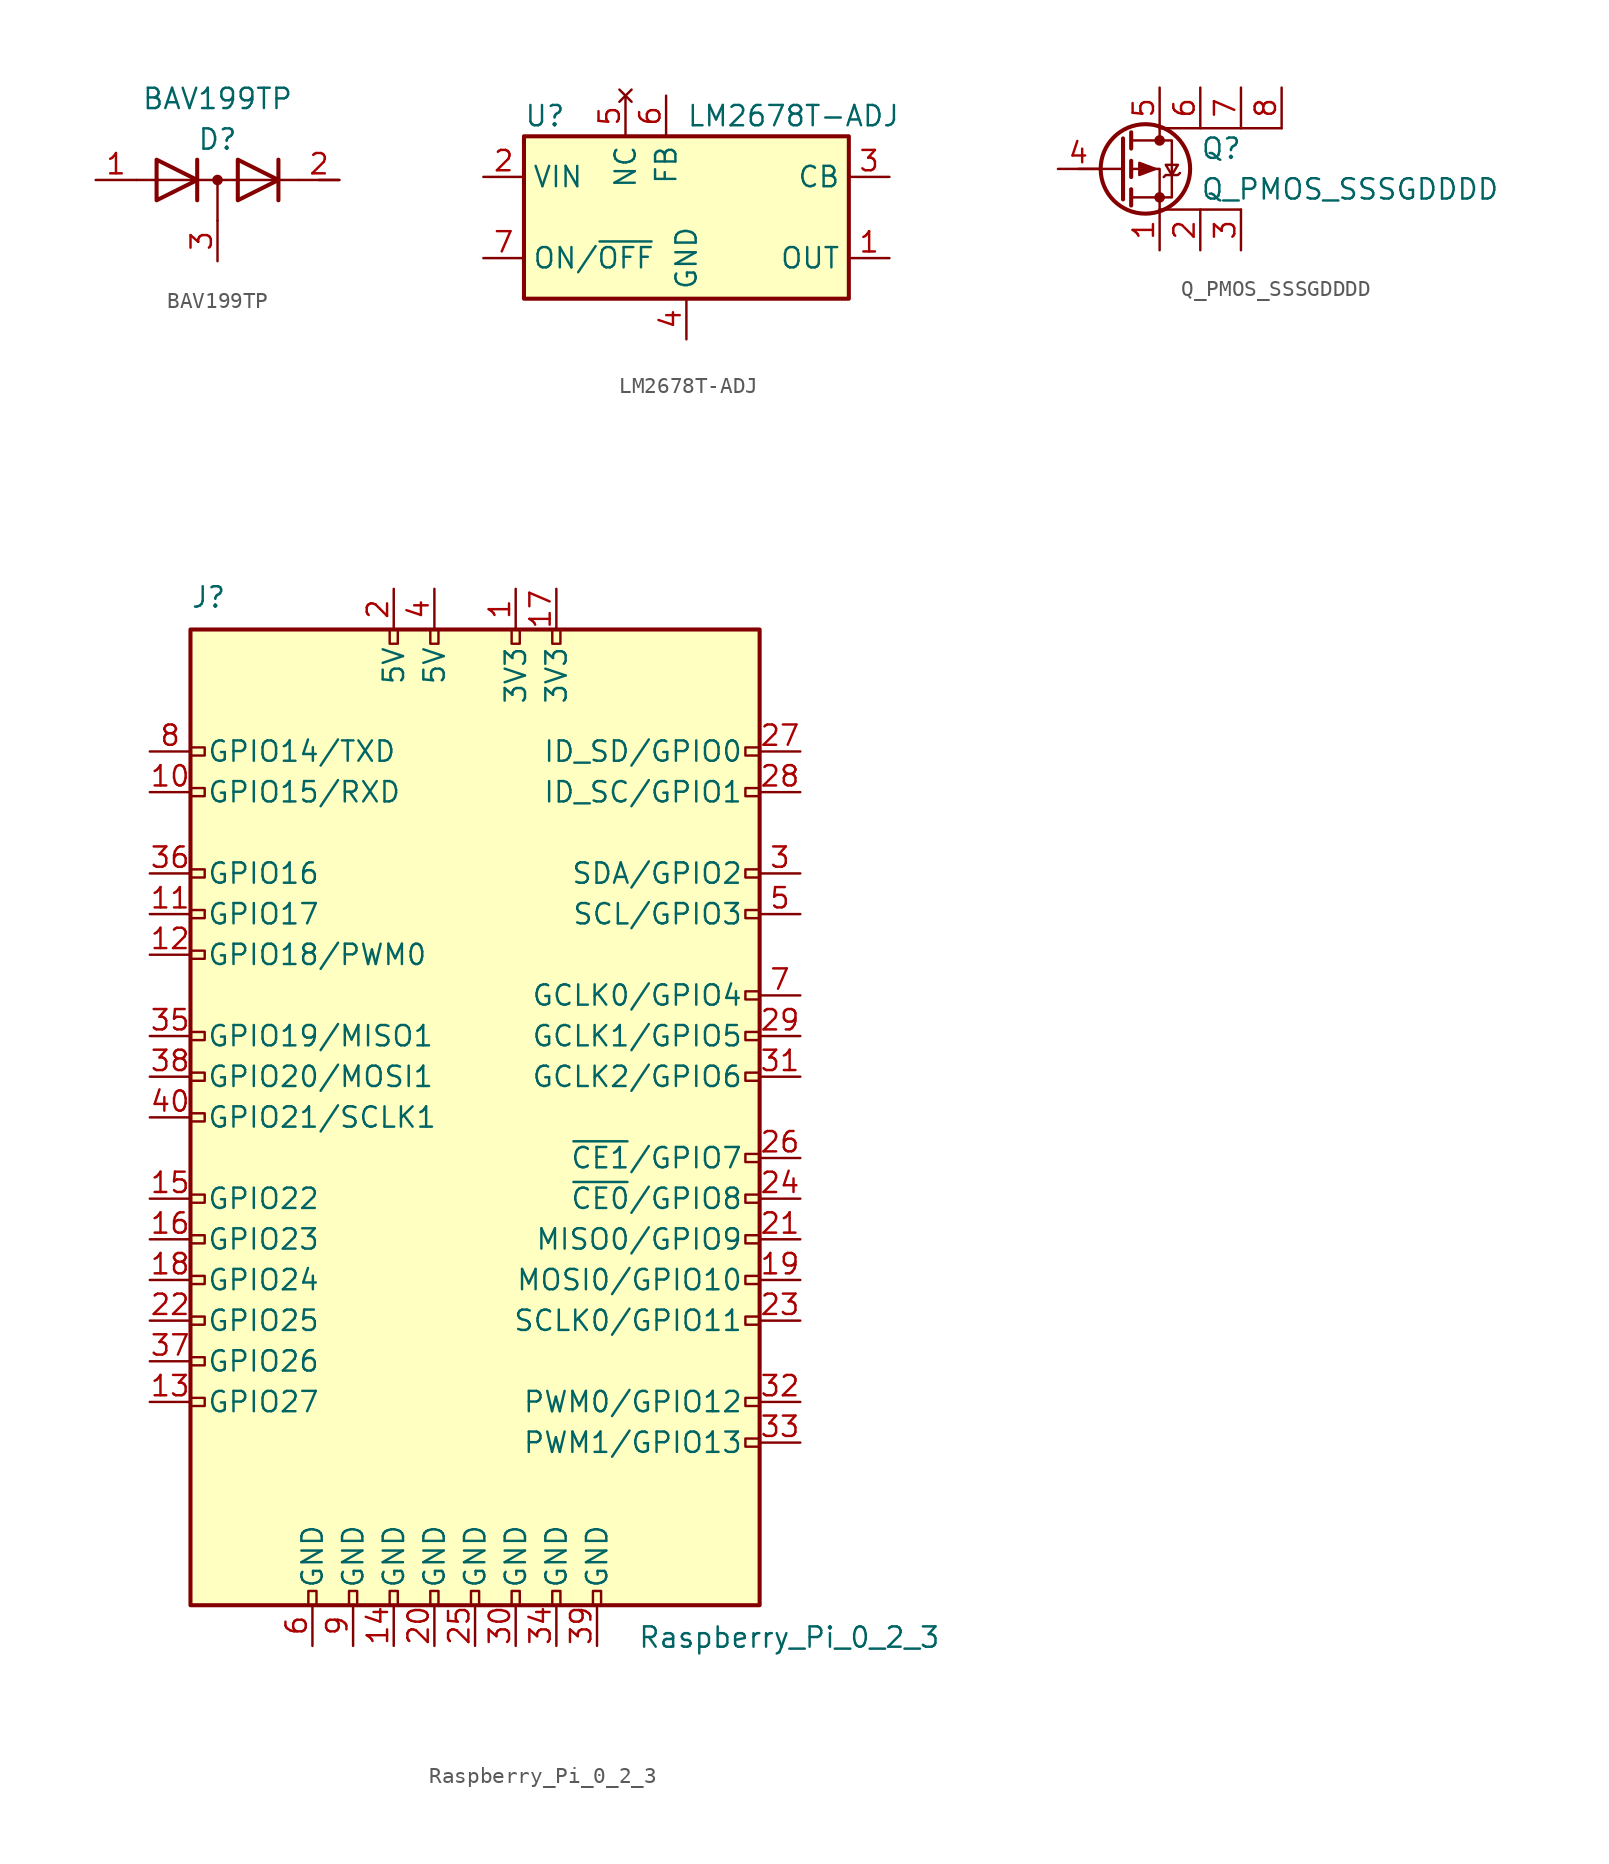
<source format=kicad_sym>
(kicad_symbol_lib
  (version 20220914)
  (generator kicad_symbol_editor)
  (symbol "BAV199TP"
    (pin_names
      (offset 0.025) hide)
    (property "Reference" "D"
      (at 0 2.54 0)
      (effects (font (size 1.27 1.27))))
    (property "Value" "BAV199TP"
      (at 0 5.08 0)
      (effects (font (size 1.27 1.27))))
    (symbol "BAV199TP_0_1"
      (polyline (pts (xy -5.08 0) (xy 5.08 0)) (stroke (width 0) (type solid)) (fill (type none)))
      (polyline (pts (xy 0 0) (xy 0 -2.54)) (stroke (width 0) (type solid)) (fill (type none)))
      (polyline (pts (xy -1.27 -1.27) (xy -1.27 1.27) (xy -1.27 1.27)) (stroke (width 0.254) (type solid)) (fill (type none)))
      (polyline (pts (xy 3.81 1.27) (xy 3.81 -1.27) (xy 3.81 -1.27)) (stroke (width 0.254) (type solid)) (fill (type none)))
      (polyline (pts (xy -3.81 1.27) (xy -1.27 0) (xy -3.81 -1.27) (xy -3.81 1.27) (xy -3.81 1.27) (xy -3.81 1.27)) (stroke (width 0.254) (type solid)) (fill (type none)))
      (polyline (pts (xy 1.27 1.27) (xy 3.81 0) (xy 1.27 -1.27) (xy 1.27 1.27) (xy 1.27 1.27) (xy 1.27 1.27)) (stroke (width 0.254) (type solid)) (fill (type none)))
      (circle (center 0 0) (radius 0.254) (stroke (width 0) (type solid)) (fill (type outline))))
    (symbol "BAV199TP_1_1"
      (polyline (pts (xy 6.35 0) (xy 7.62 0)) (stroke (width 0) (type solid)) (fill (type none)))
      (pin passive line (at -7.62 0 0) (length 2.54) (name "A1" (effects (font (size 1.27 1.27)))) (number "1" (effects (font (size 1.27 1.27)))))
      (pin passive line (at 7.62 0 180) (length 2.54) (name "K2" (effects (font (size 1.27 1.27)))) (number "2" (effects (font (size 1.27 1.27)))))
      (pin passive line (at 0 -5.08 90) (length 2.54) (name "K3" (effects (font (size 1.27 1.27)))) (number "3" (effects (font (size 1.27 1.27)))))))
  (symbol "LM2678T-ADJ"
    (property "Reference" "U"
      (at -10.16 6.35 0)
      (effects (font (size 1.27 1.27)) (justify left)))
    (property "Value" "LM2678T-ADJ"
      (at 0 6.35 0)
      (effects (font (size 1.27 1.27)) (justify left)))
    (symbol "LM2678T-ADJ_0_1"
      (rectangle (start -10.16 5.08) (end 10.16 -5.08) (stroke (width 0.254) (type solid)) (fill (type background))))
    (symbol "LM2678T-ADJ_1_1"
      (pin output line (at 12.7 -2.54 180) (length 2.54) (name "OUT" (effects (font (size 1.27 1.27)))) (number "1" (effects (font (size 1.27 1.27)))))
      (pin power_in line (at -12.7 2.54 0) (length 2.54) (name "VIN" (effects (font (size 1.27 1.27)))) (number "2" (effects (font (size 1.27 1.27)))))
      (pin passive line (at 12.7 2.54 180) (length 2.54) (name "CB" (effects (font (size 1.27 1.27)))) (number "3" (effects (font (size 1.27 1.27)))))
      (pin power_in line (at 0 -7.62 90) (length 2.54) (name "GND" (effects (font (size 1.27 1.27)))) (number "4" (effects (font (size 1.27 1.27)))))
      (pin no_connect line (at -3.81 7.62 270) (length 2.54) (name "NC" (effects (font (size 1.27 1.27)))) (number "5" (effects (font (size 1.27 1.27)))))
      (pin input line (at -1.27 7.62 270) (length 2.54) (name "FB" (effects (font (size 1.27 1.27)))) (number "6" (effects (font (size 1.27 1.27)))))
      (pin input line (at -12.7 -2.54 0) (length 2.54) (name "ON/~{OFF}" (effects (font (size 1.27 1.27)))) (number "7" (effects (font (size 1.27 1.27)))))))
  (symbol "Q_PMOS_SSSGDDDD"
    (pin_names
      (offset 0) hide)
    (property "Reference" "Q"
      (at 5.08 1.27 0)
      (effects (font (size 1.27 1.27)) (justify left)))
    (property "Value" "Q_PMOS_SSSGDDDD"
      (at 5.08 -1.27 0)
      (effects (font (size 1.27 1.27)) (justify left)))
    (symbol "Q_PMOS_SSSGDDDD_0_0"
      (pin passive line (at 5.08 -5.08 90) (length 2.54) (name "S" (effects (font (size 1.27 1.27)))) (number "2" (effects (font (size 1.27 1.27))))))
    (symbol "Q_PMOS_SSSGDDDD_0_1"
      (polyline (pts (xy 0.254 0) (xy -2.54 0)) (stroke (width 0) (type solid)) (fill (type none)))
      (polyline (pts (xy 0.254 1.905) (xy 0.254 -1.905)) (stroke (width 0.254) (type solid)) (fill (type none)))
      (polyline (pts (xy 0.762 -1.27) (xy 0.762 -2.286)) (stroke (width 0.254) (type solid)) (fill (type none)))
      (polyline (pts (xy 0.762 0.508) (xy 0.762 -0.508)) (stroke (width 0.254) (type solid)) (fill (type none)))
      (polyline (pts (xy 0.762 2.286) (xy 0.762 1.27)) (stroke (width 0.254) (type solid)) (fill (type none)))
      (polyline (pts (xy 2.54 -2.54) (xy 7.62 -2.54)) (stroke (width 0) (type solid)) (fill (type none)))
      (polyline (pts (xy 2.54 2.54) (xy 2.54 1.778)) (stroke (width 0) (type solid)) (fill (type none)))
      (polyline (pts (xy 2.54 2.54) (xy 10.16 2.54)) (stroke (width 0) (type solid)) (fill (type none)))
      (polyline (pts (xy 2.54 -2.54) (xy 2.54 0) (xy 0.762 0)) (stroke (width 0) (type solid)) (fill (type none)))
      (polyline (pts (xy 0.762 1.778) (xy 3.302 1.778) (xy 3.302 -1.778) (xy 0.762 -1.778)) (stroke (width 0) (type solid)) (fill (type none)))
      (polyline (pts (xy 2.286 0) (xy 1.27 0.381) (xy 1.27 -0.381) (xy 2.286 0)) (stroke (width 0) (type solid)) (fill (type outline)))
      (polyline (pts (xy 2.794 -0.508) (xy 2.921 -0.381) (xy 3.683 -0.381) (xy 3.81 -0.254)) (stroke (width 0) (type solid)) (fill (type none)))
      (polyline (pts (xy 3.302 -0.381) (xy 2.921 0.254) (xy 3.683 0.254) (xy 3.302 -0.381)) (stroke (width 0) (type solid)) (fill (type none)))
      (circle (center 1.651 0) (radius 2.794) (stroke (width 0.254) (type solid)) (fill (type none)))
      (circle (center 2.54 -1.778) (radius 0.254) (stroke (width 0) (type solid)) (fill (type outline)))
      (circle (center 2.54 1.778) (radius 0.254) (stroke (width 0) (type solid)) (fill (type outline))))
    (symbol "Q_PMOS_SSSGDDDD_1_1"
      (pin passive line (at 2.54 -5.08 90) (length 2.54) (name "S" (effects (font (size 1.27 1.27)))) (number "1" (effects (font (size 1.27 1.27)))))
      (pin passive line (at 7.62 -5.08 90) (length 2.54) (name "S" (effects (font (size 1.27 1.27)))) (number "3" (effects (font (size 1.27 1.27)))))
      (pin input line (at -3.81 0 0) (length 2.54) (name "G" (effects (font (size 1.27 1.27)))) (number "4" (effects (font (size 1.27 1.27)))))
      (pin passive line (at 2.54 5.08 270) (length 2.54) (name "D" (effects (font (size 1.27 1.27)))) (number "5" (effects (font (size 1.27 1.27)))))
      (pin passive line (at 5.08 5.08 270) (length 2.54) (name "D" (effects (font (size 1.27 1.27)))) (number "6" (effects (font (size 1.27 1.27)))))
      (pin passive line (at 7.62 5.08 270) (length 2.54) (name "D" (effects (font (size 1.27 1.27)))) (number "7" (effects (font (size 1.27 1.27)))))
      (pin passive line (at 10.16 5.08 270) (length 2.54) (name "D" (effects (font (size 1.27 1.27)))) (number "8" (effects (font (size 1.27 1.27)))))))
  (symbol "Raspberry_Pi_0_2_3"
    (pin_names
      (offset 1.016))
    (property "Reference" "J"
      (at -17.78 31.75 0)
      (effects (font (size 1.27 1.27)) (justify left bottom)))
    (property "Value" "Raspberry_Pi_0_2_3"
      (at 10.16 -31.75 0)
      (effects (font (size 1.27 1.27)) (justify left top)))
    (symbol "Raspberry_Pi_0_2_3_0_1"
      (rectangle (start -17.78 30.48) (end 17.78 -30.48) (stroke (width 0.254) (type solid)) (fill (type background))))
    (symbol "Raspberry_Pi_0_2_3_1_1"
      (rectangle (start -16.891 -17.526) (end -17.78 -18.034) (stroke (width 0) (type solid)) (fill (type none)))
      (rectangle (start -16.891 -14.986) (end -17.78 -15.494) (stroke (width 0) (type solid)) (fill (type none)))
      (rectangle (start -16.891 -12.446) (end -17.78 -12.954) (stroke (width 0) (type solid)) (fill (type none)))
      (rectangle (start -16.891 -9.906) (end -17.78 -10.414) (stroke (width 0) (type solid)) (fill (type none)))
      (rectangle (start -16.891 -7.366) (end -17.78 -7.874) (stroke (width 0) (type solid)) (fill (type none)))
      (rectangle (start -16.891 -4.826) (end -17.78 -5.334) (stroke (width 0) (type solid)) (fill (type none)))
      (rectangle (start -16.891 0.254) (end -17.78 -0.254) (stroke (width 0) (type solid)) (fill (type none)))
      (rectangle (start -16.891 2.794) (end -17.78 2.286) (stroke (width 0) (type solid)) (fill (type none)))
      (rectangle (start -16.891 5.334) (end -17.78 4.826) (stroke (width 0) (type solid)) (fill (type none)))
      (rectangle (start -16.891 10.414) (end -17.78 9.906) (stroke (width 0) (type solid)) (fill (type none)))
      (rectangle (start -16.891 12.954) (end -17.78 12.446) (stroke (width 0) (type solid)) (fill (type none)))
      (rectangle (start -16.891 15.494) (end -17.78 14.986) (stroke (width 0) (type solid)) (fill (type none)))
      (rectangle (start -16.891 20.574) (end -17.78 20.066) (stroke (width 0) (type solid)) (fill (type none)))
      (rectangle (start -16.891 23.114) (end -17.78 22.606) (stroke (width 0) (type solid)) (fill (type none)))
      (rectangle (start -10.414 -29.591) (end -9.906 -30.48) (stroke (width 0) (type solid)) (fill (type none)))
      (rectangle (start -7.874 -29.591) (end -7.366 -30.48) (stroke (width 0) (type solid)) (fill (type none)))
      (rectangle (start -5.334 -29.591) (end -4.826 -30.48) (stroke (width 0) (type solid)) (fill (type none)))
      (rectangle (start -5.334 30.48) (end -4.826 29.591) (stroke (width 0) (type solid)) (fill (type none)))
      (rectangle (start -2.794 -29.591) (end -2.286 -30.48) (stroke (width 0) (type solid)) (fill (type none)))
      (rectangle (start -2.794 30.48) (end -2.286 29.591) (stroke (width 0) (type solid)) (fill (type none)))
      (rectangle (start -0.254 -29.591) (end 0.254 -30.48) (stroke (width 0) (type solid)) (fill (type none)))
      (rectangle (start 2.286 -29.591) (end 2.794 -30.48) (stroke (width 0) (type solid)) (fill (type none)))
      (rectangle (start 2.286 30.48) (end 2.794 29.591) (stroke (width 0) (type solid)) (fill (type none)))
      (rectangle (start 4.826 -29.591) (end 5.334 -30.48) (stroke (width 0) (type solid)) (fill (type none)))
      (rectangle (start 4.826 30.48) (end 5.334 29.591) (stroke (width 0) (type solid)) (fill (type none)))
      (rectangle (start 7.366 -29.591) (end 7.874 -30.48) (stroke (width 0) (type solid)) (fill (type none)))
      (rectangle (start 17.78 -20.066) (end 16.891 -20.574) (stroke (width 0) (type solid)) (fill (type none)))
      (rectangle (start 17.78 -17.526) (end 16.891 -18.034) (stroke (width 0) (type solid)) (fill (type none)))
      (rectangle (start 17.78 -12.446) (end 16.891 -12.954) (stroke (width 0) (type solid)) (fill (type none)))
      (rectangle (start 17.78 -9.906) (end 16.891 -10.414) (stroke (width 0) (type solid)) (fill (type none)))
      (rectangle (start 17.78 -7.366) (end 16.891 -7.874) (stroke (width 0) (type solid)) (fill (type none)))
      (rectangle (start 17.78 -4.826) (end 16.891 -5.334) (stroke (width 0) (type solid)) (fill (type none)))
      (rectangle (start 17.78 -2.286) (end 16.891 -2.794) (stroke (width 0) (type solid)) (fill (type none)))
      (rectangle (start 17.78 2.794) (end 16.891 2.286) (stroke (width 0) (type solid)) (fill (type none)))
      (rectangle (start 17.78 5.334) (end 16.891 4.826) (stroke (width 0) (type solid)) (fill (type none)))
      (rectangle (start 17.78 7.874) (end 16.891 7.366) (stroke (width 0) (type solid)) (fill (type none)))
      (rectangle (start 17.78 12.954) (end 16.891 12.446) (stroke (width 0) (type solid)) (fill (type none)))
      (rectangle (start 17.78 15.494) (end 16.891 14.986) (stroke (width 0) (type solid)) (fill (type none)))
      (rectangle (start 17.78 20.574) (end 16.891 20.066) (stroke (width 0) (type solid)) (fill (type none)))
      (rectangle (start 17.78 23.114) (end 16.891 22.606) (stroke (width 0) (type solid)) (fill (type none)))
      (pin power_in line (at 2.54 33.02 270) (length 2.54) (name "3V3" (effects (font (size 1.27 1.27)))) (number "1" (effects (font (size 1.27 1.27)))))
      (pin bidirectional line (at -20.32 20.32 0) (length 2.54) (name "GPIO15/RXD" (effects (font (size 1.27 1.27)))) (number "10" (effects (font (size 1.27 1.27)))))
      (pin bidirectional line (at -20.32 12.7 0) (length 2.54) (name "GPIO17" (effects (font (size 1.27 1.27)))) (number "11" (effects (font (size 1.27 1.27)))))
      (pin bidirectional line (at -20.32 10.16 0) (length 2.54) (name "GPIO18/PWM0" (effects (font (size 1.27 1.27)))) (number "12" (effects (font (size 1.27 1.27)))))
      (pin bidirectional line (at -20.32 -17.78 0) (length 2.54) (name "GPIO27" (effects (font (size 1.27 1.27)))) (number "13" (effects (font (size 1.27 1.27)))))
      (pin power_in line (at -5.08 -33.02 90) (length 2.54) (name "GND" (effects (font (size 1.27 1.27)))) (number "14" (effects (font (size 1.27 1.27)))))
      (pin bidirectional line (at -20.32 -5.08 0) (length 2.54) (name "GPIO22" (effects (font (size 1.27 1.27)))) (number "15" (effects (font (size 1.27 1.27)))))
      (pin bidirectional line (at -20.32 -7.62 0) (length 2.54) (name "GPIO23" (effects (font (size 1.27 1.27)))) (number "16" (effects (font (size 1.27 1.27)))))
      (pin power_in line (at 5.08 33.02 270) (length 2.54) (name "3V3" (effects (font (size 1.27 1.27)))) (number "17" (effects (font (size 1.27 1.27)))))
      (pin bidirectional line (at -20.32 -10.16 0) (length 2.54) (name "GPIO24" (effects (font (size 1.27 1.27)))) (number "18" (effects (font (size 1.27 1.27)))))
      (pin bidirectional line (at 20.32 -10.16 180) (length 2.54) (name "MOSI0/GPIO10" (effects (font (size 1.27 1.27)))) (number "19" (effects (font (size 1.27 1.27)))))
      (pin power_in line (at -5.08 33.02 270) (length 2.54) (name "5V" (effects (font (size 1.27 1.27)))) (number "2" (effects (font (size 1.27 1.27)))))
      (pin power_in line (at -2.54 -33.02 90) (length 2.54) (name "GND" (effects (font (size 1.27 1.27)))) (number "20" (effects (font (size 1.27 1.27)))))
      (pin bidirectional line (at 20.32 -7.62 180) (length 2.54) (name "MISO0/GPIO9" (effects (font (size 1.27 1.27)))) (number "21" (effects (font (size 1.27 1.27)))))
      (pin bidirectional line (at -20.32 -12.7 0) (length 2.54) (name "GPIO25" (effects (font (size 1.27 1.27)))) (number "22" (effects (font (size 1.27 1.27)))))
      (pin bidirectional line (at 20.32 -12.7 180) (length 2.54) (name "SCLK0/GPIO11" (effects (font (size 1.27 1.27)))) (number "23" (effects (font (size 1.27 1.27)))))
      (pin bidirectional line (at 20.32 -5.08 180) (length 2.54) (name "~{CE0}/GPIO8" (effects (font (size 1.27 1.27)))) (number "24" (effects (font (size 1.27 1.27)))))
      (pin power_in line (at 0 -33.02 90) (length 2.54) (name "GND" (effects (font (size 1.27 1.27)))) (number "25" (effects (font (size 1.27 1.27)))))
      (pin bidirectional line (at 20.32 -2.54 180) (length 2.54) (name "~{CE1}/GPIO7" (effects (font (size 1.27 1.27)))) (number "26" (effects (font (size 1.27 1.27)))))
      (pin bidirectional line (at 20.32 22.86 180) (length 2.54) (name "ID_SD/GPIO0" (effects (font (size 1.27 1.27)))) (number "27" (effects (font (size 1.27 1.27)))))
      (pin bidirectional line (at 20.32 20.32 180) (length 2.54) (name "ID_SC/GPIO1" (effects (font (size 1.27 1.27)))) (number "28" (effects (font (size 1.27 1.27)))))
      (pin bidirectional line (at 20.32 5.08 180) (length 2.54) (name "GCLK1/GPIO5" (effects (font (size 1.27 1.27)))) (number "29" (effects (font (size 1.27 1.27)))))
      (pin bidirectional line (at 20.32 15.24 180) (length 2.54) (name "SDA/GPIO2" (effects (font (size 1.27 1.27)))) (number "3" (effects (font (size 1.27 1.27)))))
      (pin power_in line (at 2.54 -33.02 90) (length 2.54) (name "GND" (effects (font (size 1.27 1.27)))) (number "30" (effects (font (size 1.27 1.27)))))
      (pin bidirectional line (at 20.32 2.54 180) (length 2.54) (name "GCLK2/GPIO6" (effects (font (size 1.27 1.27)))) (number "31" (effects (font (size 1.27 1.27)))))
      (pin bidirectional line (at 20.32 -17.78 180) (length 2.54) (name "PWM0/GPIO12" (effects (font (size 1.27 1.27)))) (number "32" (effects (font (size 1.27 1.27)))))
      (pin bidirectional line (at 20.32 -20.32 180) (length 2.54) (name "PWM1/GPIO13" (effects (font (size 1.27 1.27)))) (number "33" (effects (font (size 1.27 1.27)))))
      (pin power_in line (at 5.08 -33.02 90) (length 2.54) (name "GND" (effects (font (size 1.27 1.27)))) (number "34" (effects (font (size 1.27 1.27)))))
      (pin bidirectional line (at -20.32 5.08 0) (length 2.54) (name "GPIO19/MISO1" (effects (font (size 1.27 1.27)))) (number "35" (effects (font (size 1.27 1.27)))))
      (pin bidirectional line (at -20.32 15.24 0) (length 2.54) (name "GPIO16" (effects (font (size 1.27 1.27)))) (number "36" (effects (font (size 1.27 1.27)))))
      (pin bidirectional line (at -20.32 -15.24 0) (length 2.54) (name "GPIO26" (effects (font (size 1.27 1.27)))) (number "37" (effects (font (size 1.27 1.27)))))
      (pin bidirectional line (at -20.32 2.54 0) (length 2.54) (name "GPIO20/MOSI1" (effects (font (size 1.27 1.27)))) (number "38" (effects (font (size 1.27 1.27)))))
      (pin power_in line (at 7.62 -33.02 90) (length 2.54) (name "GND" (effects (font (size 1.27 1.27)))) (number "39" (effects (font (size 1.27 1.27)))))
      (pin power_in line (at -2.54 33.02 270) (length 2.54) (name "5V" (effects (font (size 1.27 1.27)))) (number "4" (effects (font (size 1.27 1.27)))))
      (pin bidirectional line (at -20.32 0 0) (length 2.54) (name "GPIO21/SCLK1" (effects (font (size 1.27 1.27)))) (number "40" (effects (font (size 1.27 1.27)))))
      (pin bidirectional line (at 20.32 12.7 180) (length 2.54) (name "SCL/GPIO3" (effects (font (size 1.27 1.27)))) (number "5" (effects (font (size 1.27 1.27)))))
      (pin power_in line (at -10.16 -33.02 90) (length 2.54) (name "GND" (effects (font (size 1.27 1.27)))) (number "6" (effects (font (size 1.27 1.27)))))
      (pin bidirectional line (at 20.32 7.62 180) (length 2.54) (name "GCLK0/GPIO4" (effects (font (size 1.27 1.27)))) (number "7" (effects (font (size 1.27 1.27)))))
      (pin bidirectional line (at -20.32 22.86 0) (length 2.54) (name "GPIO14/TXD" (effects (font (size 1.27 1.27)))) (number "8" (effects (font (size 1.27 1.27)))))
      (pin power_in line (at -7.62 -33.02 90) (length 2.54) (name "GND" (effects (font (size 1.27 1.27)))) (number "9" (effects (font (size 1.27 1.27))))))))
</source>
